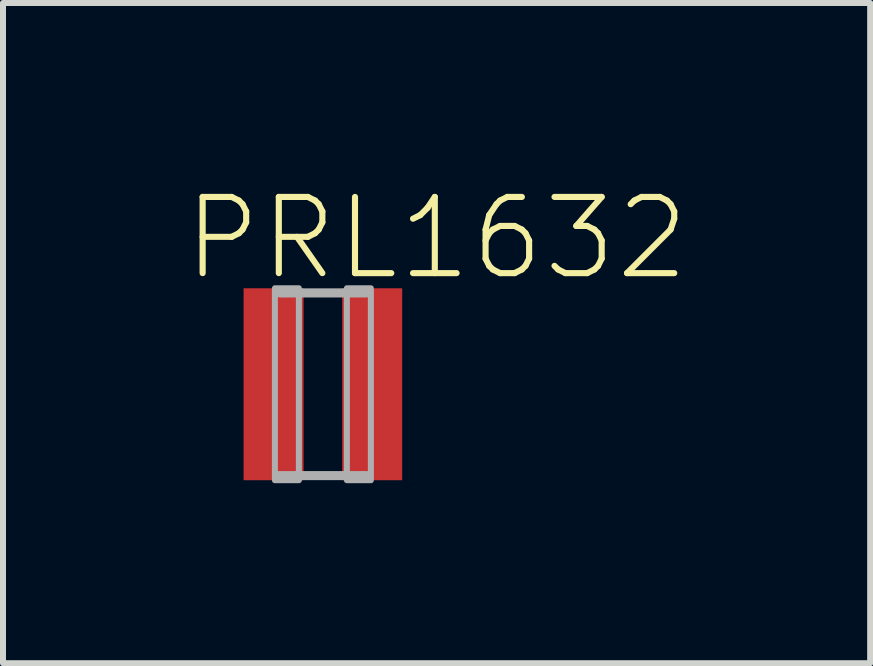
<source format=kicad_pcb>
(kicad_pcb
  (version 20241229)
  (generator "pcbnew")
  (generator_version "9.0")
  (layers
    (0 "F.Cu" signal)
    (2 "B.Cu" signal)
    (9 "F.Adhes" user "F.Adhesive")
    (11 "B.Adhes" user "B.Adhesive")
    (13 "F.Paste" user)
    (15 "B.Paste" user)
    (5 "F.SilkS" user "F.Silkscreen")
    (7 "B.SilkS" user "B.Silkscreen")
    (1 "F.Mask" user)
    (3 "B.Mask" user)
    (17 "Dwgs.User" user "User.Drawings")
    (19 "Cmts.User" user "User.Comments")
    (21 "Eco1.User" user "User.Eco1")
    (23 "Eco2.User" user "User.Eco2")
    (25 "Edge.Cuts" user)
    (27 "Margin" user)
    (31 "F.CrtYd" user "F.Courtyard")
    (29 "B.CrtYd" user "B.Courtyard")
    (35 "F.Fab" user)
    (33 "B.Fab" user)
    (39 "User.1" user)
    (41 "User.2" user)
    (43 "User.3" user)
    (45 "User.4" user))
  (footprint "PRL1632"
    (layer "F.Cu")
    (at 2.333 3.356)
    (property "Reference" "PRL1632" (at 1.896 -2.435 0) (layer "F.SilkS") (effects (font (size 1.27 1.27) (thickness 0.102))))
    (attr through_hole)
    (fp_line (start 0.728 -1.523) (end -0.715 -1.523) (stroke (width 0.152) (type solid)) (layer "F.Fab"))
    (fp_line (start 0.728 1.523) (end -0.728 1.523) (stroke (width 0.152) (type solid)) (layer "F.Fab"))
    (fp_poly (pts (xy -0.8 -1.6) (xy -0.4 -1.6) (xy -0.4 1.6) (xy -0.8 1.6)) (stroke (width 0.1) (type solid)) (fill no) (layer "F.Fab"))
    (fp_poly (pts (xy 0.4 -1.6) (xy 0.8 -1.6) (xy 0.8 1.6) (xy 0.4 1.6)) (stroke (width 0.1) (type solid)) (fill no) (layer "F.Fab"))
    (pad "1" smd rect (at -0.822 0) (size 1 3.2) (layers "F.Cu" "F.Mask" "F.Paste"))
    (pad "2" smd rect (at 0.822 0) (size 1 3.2) (layers "F.Cu" "F.Mask" "F.Paste")))
  (gr_rect
    (start -3 -3)
    (end 11.457 8.006)
    (stroke (width 0.1) (type default))
    (fill no)
    (layer "Edge.Cuts")))
</source>
